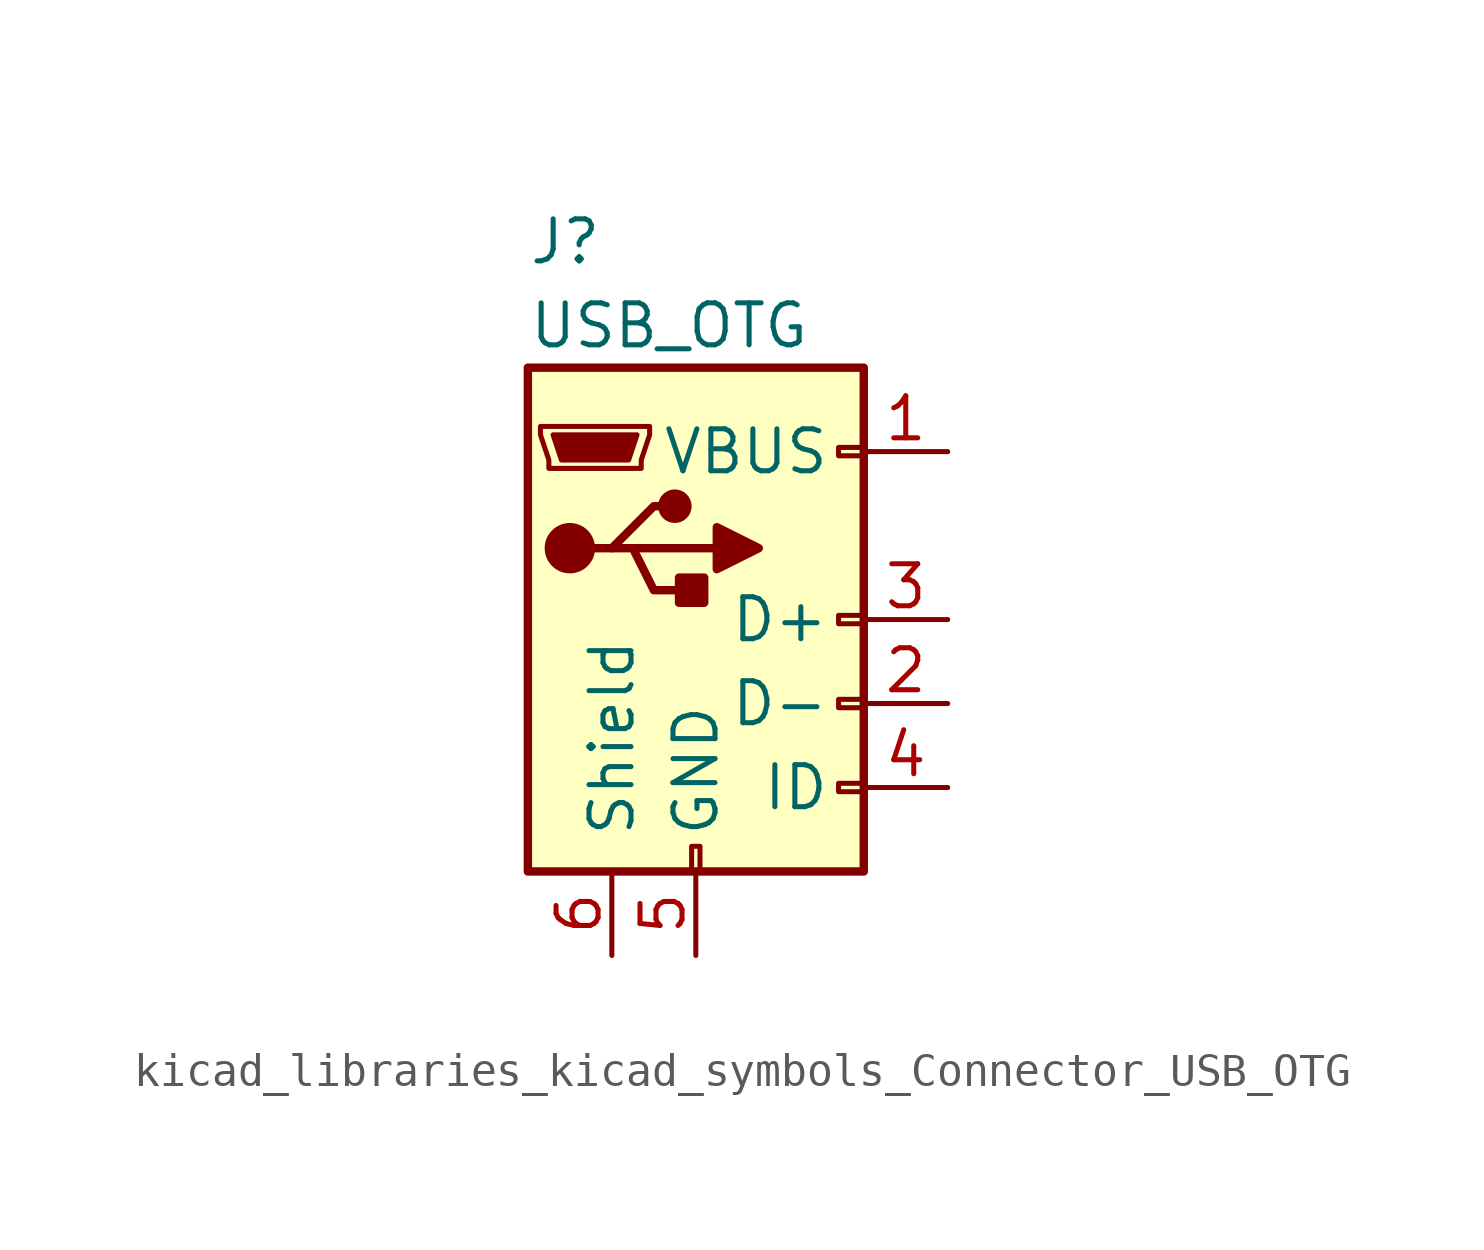
<source format=kicad_sym>
(kicad_symbol_lib
  (version 20220914)
  (generator kicad_symbol_editor)
  (symbol "kicad_libraries_kicad_symbols_Connector_USB_OTG"
    (pin_names
      (offset 1.016))
    (property "Reference" "J"
      (at -5.08 11.43 0)
      (effects (font (size 1.27 1.27)) (justify left)))
    (property "Value" "USB_OTG"
      (at -5.08 8.89 0)
      (effects (font (size 1.27 1.27)) (justify left)))
    (symbol "kicad_libraries_kicad_symbols_Connector_USB_OTG_0_1"
      (rectangle (start -5.08 -7.62) (end 5.08 7.62) (stroke (width 0.254) (type default)) (fill (type background)))
      (circle (center -3.81 2.159) (radius 0.635) (stroke (width 0.254) (type default)) (fill (type outline)))
      (circle (center -0.635 3.429) (radius 0.381) (stroke (width 0.254) (type default)) (fill (type outline)))
      (rectangle (start -0.127 -7.62) (end 0.127 -6.858) (stroke (width 0) (type default)) (fill (type none)))
      (polyline (pts (xy -1.905 2.159) (xy 0.635 2.159)) (stroke (width 0.254) (type default)) (fill (type none)))
      (polyline (pts (xy -3.175 2.159) (xy -2.54 2.159) (xy -1.27 3.429) (xy -0.635 3.429)) (stroke (width 0.254) (type default)) (fill (type none)))
      (polyline (pts (xy -2.54 2.159) (xy -1.905 2.159) (xy -1.27 0.889) (xy 0 0.889)) (stroke (width 0.254) (type default)) (fill (type none)))
      (polyline (pts (xy 0.635 2.794) (xy 0.635 1.524) (xy 1.905 2.159) (xy 0.635 2.794)) (stroke (width 0.254) (type default)) (fill (type outline)))
      (polyline (pts (xy -4.318 5.588) (xy -1.778 5.588) (xy -2.032 4.826) (xy -4.064 4.826) (xy -4.318 5.588)) (stroke (width 0) (type default)) (fill (type outline)))
      (polyline (pts (xy -4.699 5.842) (xy -4.699 5.588) (xy -4.445 4.826) (xy -4.445 4.572) (xy -1.651 4.572) (xy -1.651 4.826) (xy -1.397 5.588) (xy -1.397 5.842) (xy -4.699 5.842)) (stroke (width 0) (type default)) (fill (type none)))
      (rectangle (start 0.254 1.27) (end -0.508 0.508) (stroke (width 0.254) (type default)) (fill (type outline)))
      (rectangle (start 5.08 -5.207) (end 4.318 -4.953) (stroke (width 0) (type default)) (fill (type none)))
      (rectangle (start 5.08 -2.667) (end 4.318 -2.413) (stroke (width 0) (type default)) (fill (type none)))
      (rectangle (start 5.08 -0.127) (end 4.318 0.127) (stroke (width 0) (type default)) (fill (type none)))
      (rectangle (start 5.08 4.953) (end 4.318 5.207) (stroke (width 0) (type default)) (fill (type none))))
    (symbol "kicad_libraries_kicad_symbols_Connector_USB_OTG_1_1"
      (pin passive line (at 7.62 5.08 180) (length 2.54) (name "VBUS" (effects (font (size 1.27 1.27)))) (number "1" (effects (font (size 1.27 1.27)))))
      (pin bidirectional line (at 7.62 -2.54 180) (length 2.54) (name "D-" (effects (font (size 1.27 1.27)))) (number "2" (effects (font (size 1.27 1.27)))))
      (pin bidirectional line (at 7.62 0 180) (length 2.54) (name "D+" (effects (font (size 1.27 1.27)))) (number "3" (effects (font (size 1.27 1.27)))))
      (pin passive line (at 7.62 -5.08 180) (length 2.54) (name "ID" (effects (font (size 1.27 1.27)))) (number "4" (effects (font (size 1.27 1.27)))))
      (pin passive line (at 0 -10.16 90) (length 2.54) (name "GND" (effects (font (size 1.27 1.27)))) (number "5" (effects (font (size 1.27 1.27)))))
      (pin passive line (at -2.54 -10.16 90) (length 2.54) (name "Shield" (effects (font (size 1.27 1.27)))) (number "6" (effects (font (size 1.27 1.27))))))))
</source>
